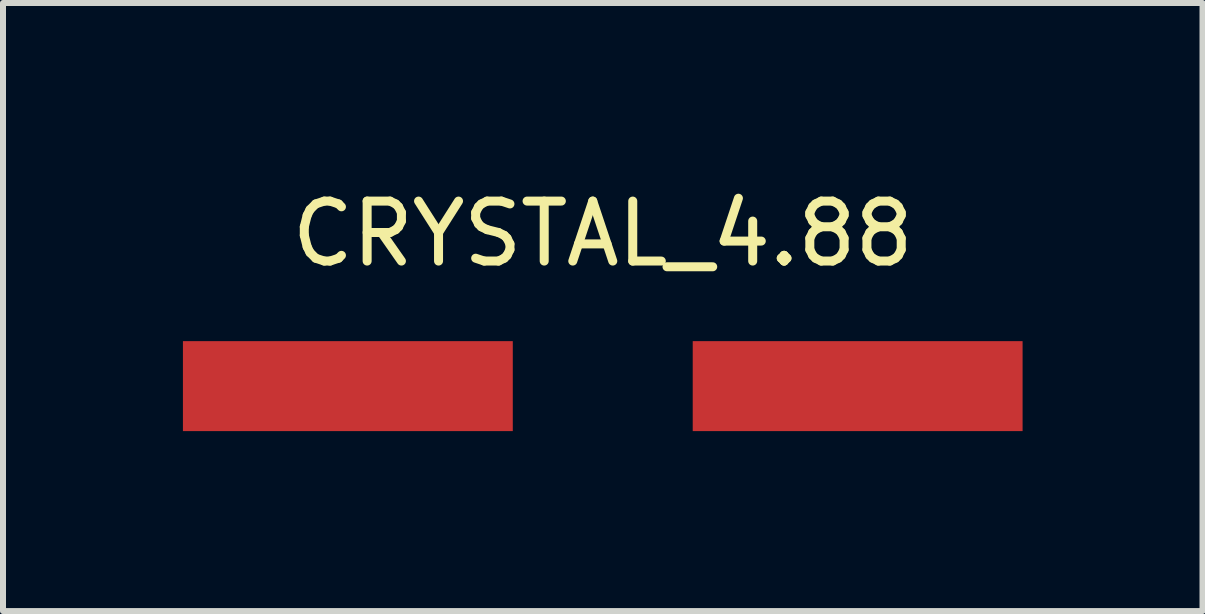
<source format=kicad_pcb>
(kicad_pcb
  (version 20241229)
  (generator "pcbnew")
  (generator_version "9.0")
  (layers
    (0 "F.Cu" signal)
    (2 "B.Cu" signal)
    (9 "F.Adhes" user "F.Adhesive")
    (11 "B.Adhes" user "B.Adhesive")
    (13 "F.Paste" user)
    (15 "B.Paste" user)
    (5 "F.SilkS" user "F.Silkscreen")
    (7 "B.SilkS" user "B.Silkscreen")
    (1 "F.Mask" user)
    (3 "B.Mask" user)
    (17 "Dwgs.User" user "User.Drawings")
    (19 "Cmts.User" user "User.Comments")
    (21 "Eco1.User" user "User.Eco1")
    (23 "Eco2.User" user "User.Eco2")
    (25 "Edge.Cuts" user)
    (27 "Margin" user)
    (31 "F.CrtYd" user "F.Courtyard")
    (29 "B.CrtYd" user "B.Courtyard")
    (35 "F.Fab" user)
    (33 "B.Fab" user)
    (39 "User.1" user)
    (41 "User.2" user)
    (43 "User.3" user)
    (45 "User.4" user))
  (footprint "CRYSTAL_4.88"
    (layer "F.Cu")
    (at 7 3.388)
    (property "Reference" "CRYSTAL_4.88" (at 0 -2.54 0) (layer "F.SilkS") (effects (font (size 1 1) (thickness 0.15))))
    (attr through_hole)
    (pad "1" smd rect (at -4.25 0) (size 5.5 1.5) (layers "F.Cu" "F.Mask" "F.Paste"))
    (pad "2" smd rect (at 4.25 0) (size 5.5 1.5) (layers "F.Cu" "F.Mask" "F.Paste")))
  (gr_rect
    (start -3 -3)
    (end 17 7.138)
    (stroke (width 0.1) (type default))
    (fill no)
    (layer "Edge.Cuts")))
</source>
